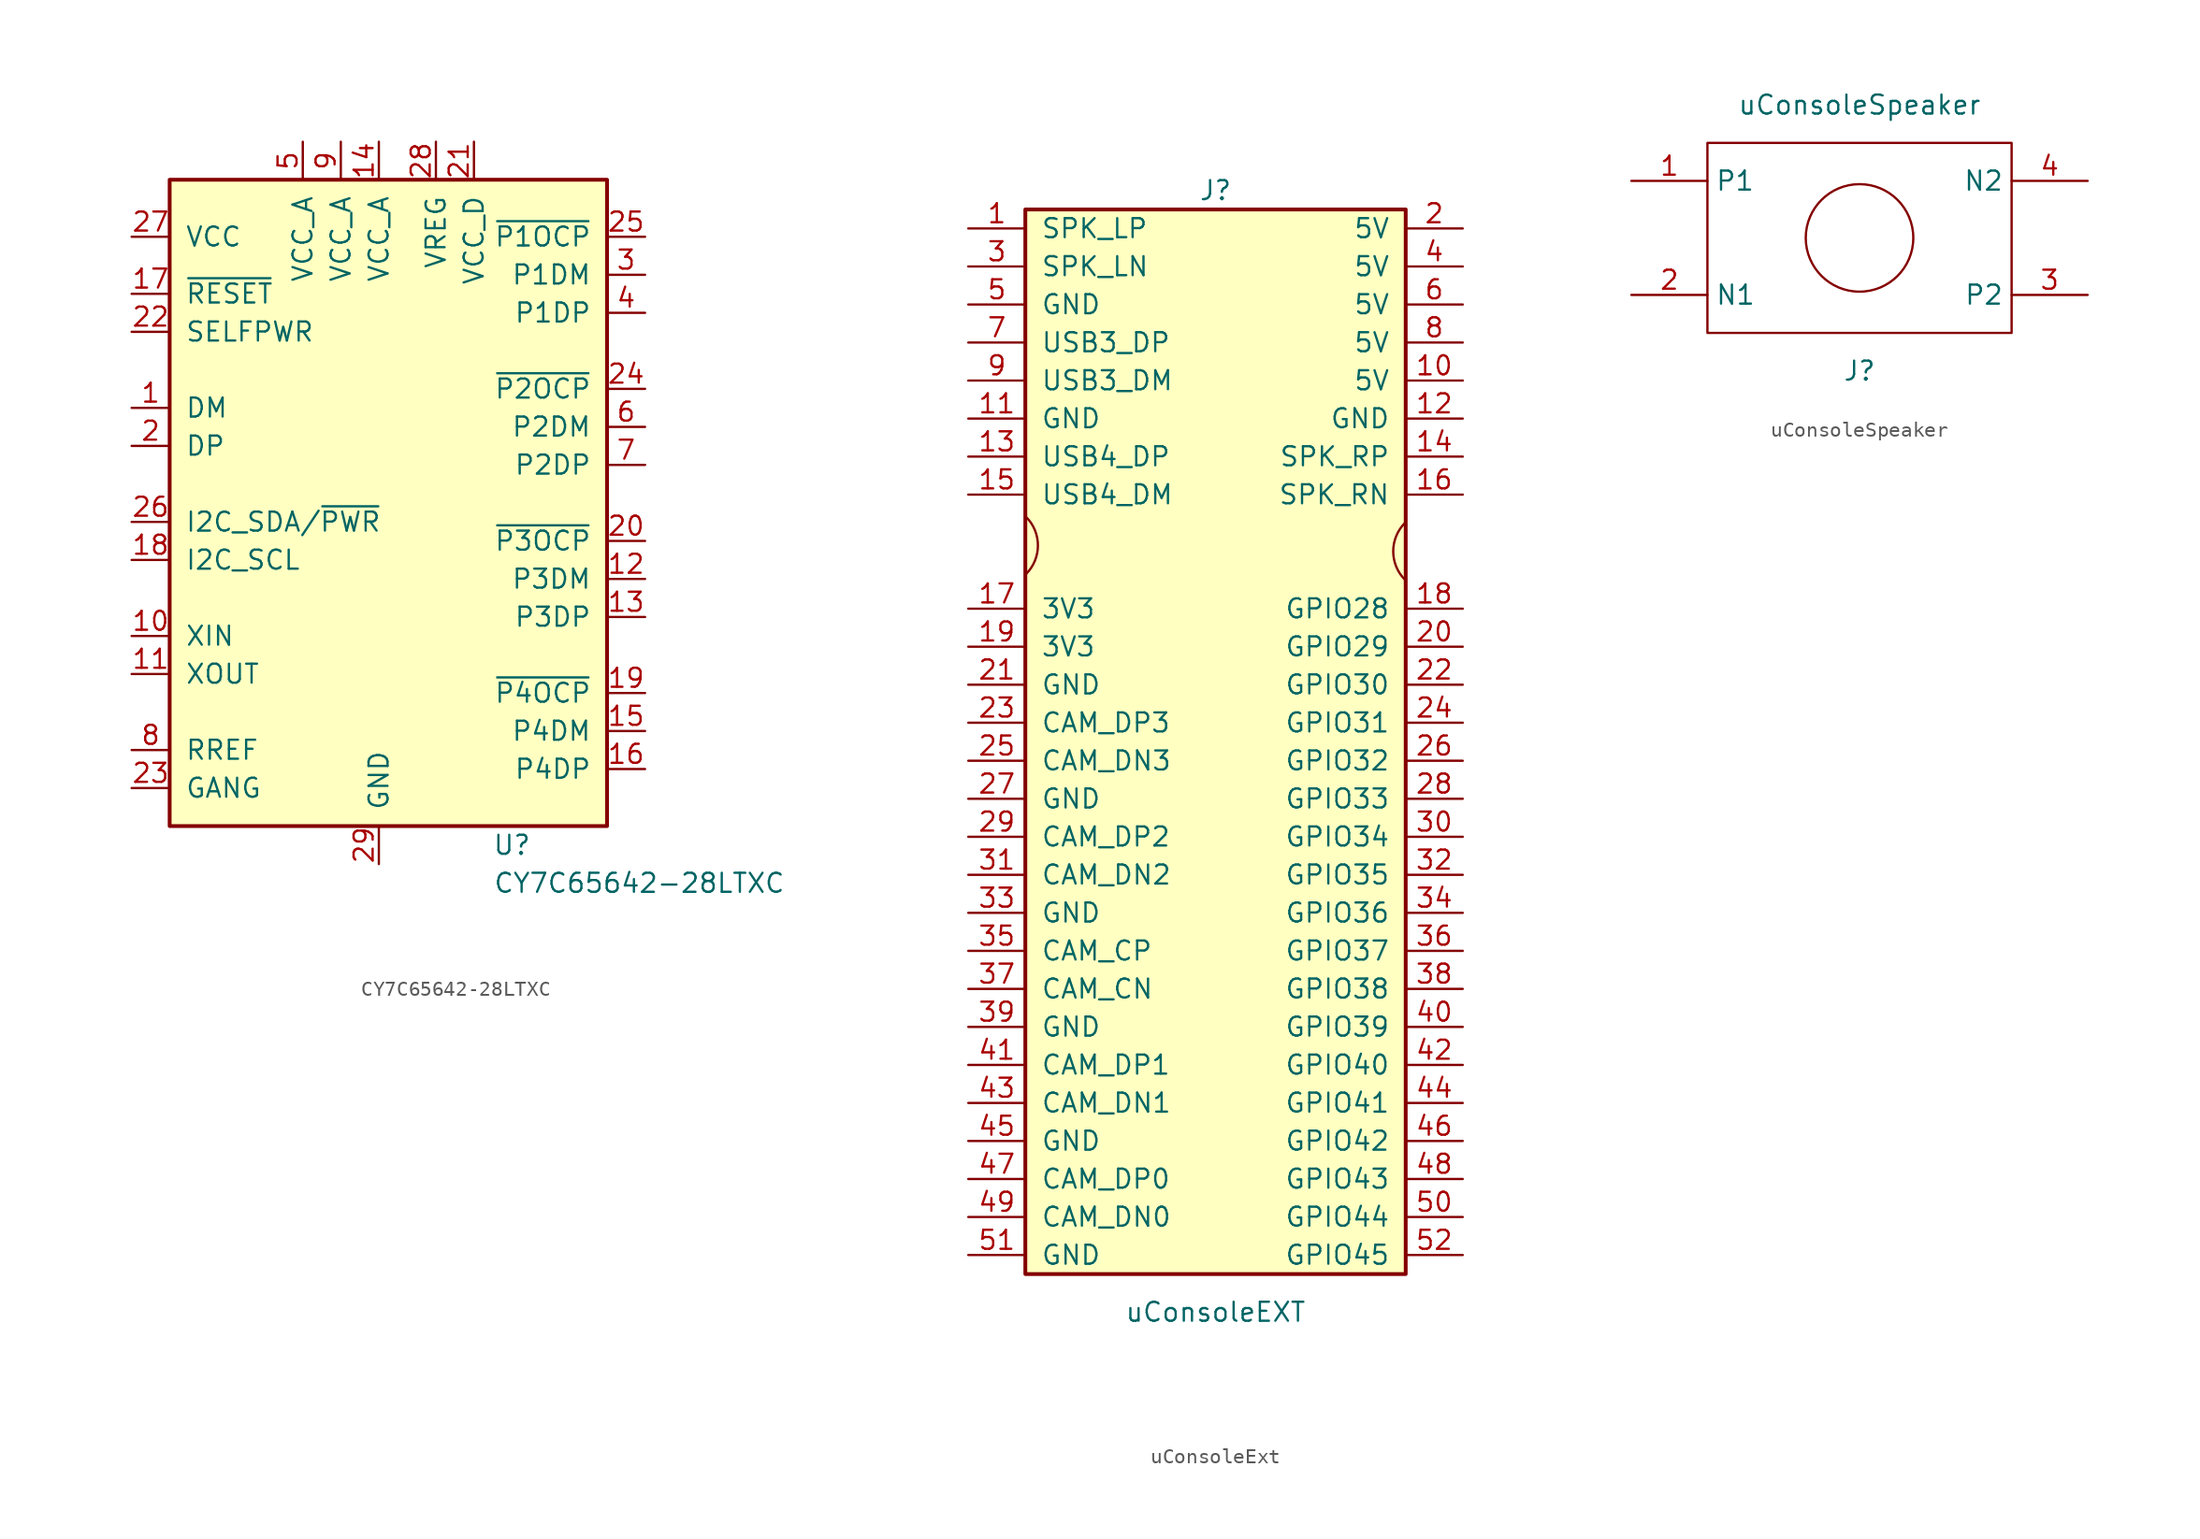
<source format=kicad_sym>
(kicad_symbol_lib
  (version 20220914)
  (generator kicad_symbol_editor)
  (symbol "CY7C65642-28LTXC"
    (pin_names
      (offset 1.016))
    (property "Reference" "U"
      (at 8.89 -26.67 0)
      (effects (font (size 1.27 1.27))))
    (property "Value" "CY7C65642-28LTXC"
      (at 7.62 -29.21 0)
      (effects (font (size 1.27 1.27)) (justify left)))
    (symbol "CY7C65642-28LTXC_0_1"
      (rectangle (start -13.97 17.78) (end 15.24 -25.4) (stroke (width 0.254) (type default)) (fill (type background))))
    (symbol "CY7C65642-28LTXC_1_0"
      (pin input line (at -16.51 -7.62 0) (length 2.54) (name "I2C_SCL" (effects (font (size 1.27 1.27)))) (number "18" (effects (font (size 1.27 1.27))))))
    (symbol "CY7C65642-28LTXC_1_1"
      (pin bidirectional line (at -16.51 2.54 0) (length 2.54) (name "DM" (effects (font (size 1.27 1.27)))) (number "1" (effects (font (size 1.27 1.27)))))
      (pin input line (at -16.51 -12.7 0) (length 2.54) (name "XIN" (effects (font (size 1.27 1.27)))) (number "10" (effects (font (size 1.27 1.27)))))
      (pin output line (at -16.51 -15.24 0) (length 2.54) (name "XOUT" (effects (font (size 1.27 1.27)))) (number "11" (effects (font (size 1.27 1.27)))))
      (pin bidirectional line (at 17.78 -8.89 180) (length 2.54) (name "P3DM" (effects (font (size 1.27 1.27)))) (number "12" (effects (font (size 1.27 1.27)))))
      (pin bidirectional line (at 17.78 -11.43 180) (length 2.54) (name "P3DP" (effects (font (size 1.27 1.27)))) (number "13" (effects (font (size 1.27 1.27)))))
      (pin power_in line (at 0 20.32 270) (length 2.54) (name "VCC_A" (effects (font (size 1.27 1.27)))) (number "14" (effects (font (size 1.27 1.27)))))
      (pin bidirectional line (at 17.78 -19.05 180) (length 2.54) (name "P4DM" (effects (font (size 1.27 1.27)))) (number "15" (effects (font (size 1.27 1.27)))))
      (pin bidirectional line (at 17.78 -21.59 180) (length 2.54) (name "P4DP" (effects (font (size 1.27 1.27)))) (number "16" (effects (font (size 1.27 1.27)))))
      (pin input line (at -16.51 10.16 0) (length 2.54) (name "~{RESET}" (effects (font (size 1.27 1.27)))) (number "17" (effects (font (size 1.27 1.27)))))
      (pin input line (at 17.78 -16.51 180) (length 2.54) (name "~{P4OCP}" (effects (font (size 1.27 1.27)))) (number "19" (effects (font (size 1.27 1.27)))))
      (pin bidirectional line (at -16.51 0 0) (length 2.54) (name "DP" (effects (font (size 1.27 1.27)))) (number "2" (effects (font (size 1.27 1.27)))))
      (pin input line (at 17.78 -6.35 180) (length 2.54) (name "~{P3OCP}" (effects (font (size 1.27 1.27)))) (number "20" (effects (font (size 1.27 1.27)))))
      (pin power_in line (at 6.35 20.32 270) (length 2.54) (name "VCC_D" (effects (font (size 1.27 1.27)))) (number "21" (effects (font (size 1.27 1.27)))))
      (pin input line (at -16.51 7.62 0) (length 2.54) (name "SELFPWR" (effects (font (size 1.27 1.27)))) (number "22" (effects (font (size 1.27 1.27)))))
      (pin bidirectional line (at -16.51 -22.86 0) (length 2.54) (name "GANG" (effects (font (size 1.27 1.27)))) (number "23" (effects (font (size 1.27 1.27)))))
      (pin input line (at 17.78 3.81 180) (length 2.54) (name "~{P2OCP}" (effects (font (size 1.27 1.27)))) (number "24" (effects (font (size 1.27 1.27)))))
      (pin input line (at 17.78 13.97 180) (length 2.54) (name "~{P1OCP}" (effects (font (size 1.27 1.27)))) (number "25" (effects (font (size 1.27 1.27)))))
      (pin bidirectional line (at -16.51 -5.08 0) (length 2.54) (name "I2C_SDA/~{PWR}" (effects (font (size 1.27 1.27)))) (number "26" (effects (font (size 1.27 1.27)))))
      (pin power_in line (at -16.51 13.97 0) (length 2.54) (name "VCC" (effects (font (size 1.27 1.27)))) (number "27" (effects (font (size 1.27 1.27)))))
      (pin power_in line (at 3.81 20.32 270) (length 2.54) (name "VREG" (effects (font (size 1.27 1.27)))) (number "28" (effects (font (size 1.27 1.27)))))
      (pin power_in line (at 0 -27.94 90) (length 2.54) (name "GND" (effects (font (size 1.27 1.27)))) (number "29" (effects (font (size 1.27 1.27)))))
      (pin bidirectional line (at 17.78 11.43 180) (length 2.54) (name "P1DM" (effects (font (size 1.27 1.27)))) (number "3" (effects (font (size 1.27 1.27)))))
      (pin bidirectional line (at 17.78 8.89 180) (length 2.54) (name "P1DP" (effects (font (size 1.27 1.27)))) (number "4" (effects (font (size 1.27 1.27)))))
      (pin power_in line (at -5.08 20.32 270) (length 2.54) (name "VCC_A" (effects (font (size 1.27 1.27)))) (number "5" (effects (font (size 1.27 1.27)))))
      (pin bidirectional line (at 17.78 1.27 180) (length 2.54) (name "P2DM" (effects (font (size 1.27 1.27)))) (number "6" (effects (font (size 1.27 1.27)))))
      (pin bidirectional line (at 17.78 -1.27 180) (length 2.54) (name "P2DP" (effects (font (size 1.27 1.27)))) (number "7" (effects (font (size 1.27 1.27)))))
      (pin bidirectional line (at -16.51 -20.32 0) (length 2.54) (name "RREF" (effects (font (size 1.27 1.27)))) (number "8" (effects (font (size 1.27 1.27)))))
      (pin power_in line (at -2.54 20.32 270) (length 2.54) (name "VCC_A" (effects (font (size 1.27 1.27)))) (number "9" (effects (font (size 1.27 1.27)))))))
  (symbol "uConsoleExt"
    (pin_names
      (offset 1.016))
    (property "Reference" "J"
      (at 1.27 33.02 0)
      (effects (font (size 1.27 1.27))))
    (property "Value" "uConsoleEXT"
      (at 1.27 -41.91 0)
      (effects (font (size 1.27 1.27))))
    (symbol "uConsoleExt_0_1"
      (arc (start -11.3793 7.3977) (mid -10.5902 9.3027) (end -11.3793 11.2077) (stroke (width 0) (type default)) (fill (type none)))
      (arc (start 13.9259 10.8153) (mid 13.1368 8.9103) (end 13.9259 7.0053) (stroke (width 0) (type default)) (fill (type none))))
    (symbol "uConsoleExt_1_1"
      (rectangle (start -11.43 31.75) (end 13.97 -39.37) (stroke (width 0.254) (type default)) (fill (type background)))
      (pin passive line (at -15.24 30.48 0) (length 3.81) (name "SPK_LP" (effects (font (size 1.27 1.27)))) (number "1" (effects (font (size 1.27 1.27)))))
      (pin power_in line (at 17.78 20.32 180) (length 3.81) (name "5V" (effects (font (size 1.27 1.27)))) (number "10" (effects (font (size 1.27 1.27)))))
      (pin passive line (at -15.24 17.78 0) (length 3.81) (name "GND" (effects (font (size 1.27 1.27)))) (number "11" (effects (font (size 1.27 1.27)))))
      (pin power_in line (at 17.78 17.78 180) (length 3.81) (name "GND" (effects (font (size 1.27 1.27)))) (number "12" (effects (font (size 1.27 1.27)))))
      (pin passive line (at -15.24 15.24 0) (length 3.81) (name "USB4_DP" (effects (font (size 1.27 1.27)))) (number "13" (effects (font (size 1.27 1.27)))))
      (pin passive line (at 17.78 15.24 180) (length 3.81) (name "SPK_RP" (effects (font (size 1.27 1.27)))) (number "14" (effects (font (size 1.27 1.27)))))
      (pin passive line (at -15.24 12.7 0) (length 3.81) (name "USB4_DM" (effects (font (size 1.27 1.27)))) (number "15" (effects (font (size 1.27 1.27)))))
      (pin passive line (at 17.78 12.7 180) (length 3.81) (name "SPK_RN" (effects (font (size 1.27 1.27)))) (number "16" (effects (font (size 1.27 1.27)))))
      (pin power_in line (at -15.24 5.08 0) (length 3.81) (name "3V3" (effects (font (size 1.27 1.27)))) (number "17" (effects (font (size 1.27 1.27)))))
      (pin passive line (at 17.78 5.08 180) (length 3.81) (name "GPIO28" (effects (font (size 1.27 1.27)))) (number "18" (effects (font (size 1.27 1.27)))))
      (pin power_in line (at -15.24 2.54 0) (length 3.81) (name "3V3" (effects (font (size 1.27 1.27)))) (number "19" (effects (font (size 1.27 1.27)))))
      (pin power_in line (at 17.78 30.48 180) (length 3.81) (name "5V" (effects (font (size 1.27 1.27)))) (number "2" (effects (font (size 1.27 1.27)))))
      (pin passive line (at 17.78 2.54 180) (length 3.81) (name "GPIO29" (effects (font (size 1.27 1.27)))) (number "20" (effects (font (size 1.27 1.27)))))
      (pin passive line (at -15.24 0 0) (length 3.81) (name "GND" (effects (font (size 1.27 1.27)))) (number "21" (effects (font (size 1.27 1.27)))))
      (pin passive line (at 17.78 0 180) (length 3.81) (name "GPIO30" (effects (font (size 1.27 1.27)))) (number "22" (effects (font (size 1.27 1.27)))))
      (pin passive line (at -15.24 -2.54 0) (length 3.81) (name "CAM_DP3" (effects (font (size 1.27 1.27)))) (number "23" (effects (font (size 1.27 1.27)))))
      (pin passive line (at 17.78 -2.54 180) (length 3.81) (name "GPIO31" (effects (font (size 1.27 1.27)))) (number "24" (effects (font (size 1.27 1.27)))))
      (pin passive line (at -15.24 -5.08 0) (length 3.81) (name "CAM_DN3" (effects (font (size 1.27 1.27)))) (number "25" (effects (font (size 1.27 1.27)))))
      (pin passive line (at 17.78 -5.08 180) (length 3.81) (name "GPIO32" (effects (font (size 1.27 1.27)))) (number "26" (effects (font (size 1.27 1.27)))))
      (pin passive line (at -15.24 -7.62 0) (length 3.81) (name "GND" (effects (font (size 1.27 1.27)))) (number "27" (effects (font (size 1.27 1.27)))))
      (pin passive line (at 17.78 -7.62 180) (length 3.81) (name "GPIO33" (effects (font (size 1.27 1.27)))) (number "28" (effects (font (size 1.27 1.27)))))
      (pin passive line (at -15.24 -10.16 0) (length 3.81) (name "CAM_DP2" (effects (font (size 1.27 1.27)))) (number "29" (effects (font (size 1.27 1.27)))))
      (pin passive line (at -15.24 27.94 0) (length 3.81) (name "SPK_LN" (effects (font (size 1.27 1.27)))) (number "3" (effects (font (size 1.27 1.27)))))
      (pin passive line (at 17.78 -10.16 180) (length 3.81) (name "GPIO34" (effects (font (size 1.27 1.27)))) (number "30" (effects (font (size 1.27 1.27)))))
      (pin passive line (at -15.24 -12.7 0) (length 3.81) (name "CAM_DN2" (effects (font (size 1.27 1.27)))) (number "31" (effects (font (size 1.27 1.27)))))
      (pin passive line (at 17.78 -12.7 180) (length 3.81) (name "GPIO35" (effects (font (size 1.27 1.27)))) (number "32" (effects (font (size 1.27 1.27)))))
      (pin passive line (at -15.24 -15.24 0) (length 3.81) (name "GND" (effects (font (size 1.27 1.27)))) (number "33" (effects (font (size 1.27 1.27)))))
      (pin passive line (at 17.78 -15.24 180) (length 3.81) (name "GPIO36" (effects (font (size 1.27 1.27)))) (number "34" (effects (font (size 1.27 1.27)))))
      (pin passive line (at -15.24 -17.78 0) (length 3.81) (name "CAM_CP" (effects (font (size 1.27 1.27)))) (number "35" (effects (font (size 1.27 1.27)))))
      (pin passive line (at 17.78 -17.78 180) (length 3.81) (name "GPIO37" (effects (font (size 1.27 1.27)))) (number "36" (effects (font (size 1.27 1.27)))))
      (pin passive line (at -15.24 -20.32 0) (length 3.81) (name "CAM_CN" (effects (font (size 1.27 1.27)))) (number "37" (effects (font (size 1.27 1.27)))))
      (pin passive line (at 17.78 -20.32 180) (length 3.81) (name "GPIO38" (effects (font (size 1.27 1.27)))) (number "38" (effects (font (size 1.27 1.27)))))
      (pin passive line (at -15.24 -22.86 0) (length 3.81) (name "GND" (effects (font (size 1.27 1.27)))) (number "39" (effects (font (size 1.27 1.27)))))
      (pin power_in line (at 17.78 27.94 180) (length 3.81) (name "5V" (effects (font (size 1.27 1.27)))) (number "4" (effects (font (size 1.27 1.27)))))
      (pin passive line (at 17.78 -22.86 180) (length 3.81) (name "GPIO39" (effects (font (size 1.27 1.27)))) (number "40" (effects (font (size 1.27 1.27)))))
      (pin passive line (at -15.24 -25.4 0) (length 3.81) (name "CAM_DP1" (effects (font (size 1.27 1.27)))) (number "41" (effects (font (size 1.27 1.27)))))
      (pin passive line (at 17.78 -25.4 180) (length 3.81) (name "GPIO40" (effects (font (size 1.27 1.27)))) (number "42" (effects (font (size 1.27 1.27)))))
      (pin passive line (at -15.24 -27.94 0) (length 3.81) (name "CAM_DN1" (effects (font (size 1.27 1.27)))) (number "43" (effects (font (size 1.27 1.27)))))
      (pin passive line (at 17.78 -27.94 180) (length 3.81) (name "GPIO41" (effects (font (size 1.27 1.27)))) (number "44" (effects (font (size 1.27 1.27)))))
      (pin passive line (at -15.24 -30.48 0) (length 3.81) (name "GND" (effects (font (size 1.27 1.27)))) (number "45" (effects (font (size 1.27 1.27)))))
      (pin passive line (at 17.78 -30.48 180) (length 3.81) (name "GPIO42" (effects (font (size 1.27 1.27)))) (number "46" (effects (font (size 1.27 1.27)))))
      (pin passive line (at -15.24 -33.02 0) (length 3.81) (name "CAM_DP0" (effects (font (size 1.27 1.27)))) (number "47" (effects (font (size 1.27 1.27)))))
      (pin passive line (at 17.78 -33.02 180) (length 3.81) (name "GPIO43" (effects (font (size 1.27 1.27)))) (number "48" (effects (font (size 1.27 1.27)))))
      (pin passive line (at -15.24 -35.56 0) (length 3.81) (name "CAM_DN0" (effects (font (size 1.27 1.27)))) (number "49" (effects (font (size 1.27 1.27)))))
      (pin passive line (at -15.24 25.4 0) (length 3.81) (name "GND" (effects (font (size 1.27 1.27)))) (number "5" (effects (font (size 1.27 1.27)))))
      (pin passive line (at 17.78 -35.56 180) (length 3.81) (name "GPIO44" (effects (font (size 1.27 1.27)))) (number "50" (effects (font (size 1.27 1.27)))))
      (pin passive line (at -15.24 -38.1 0) (length 3.81) (name "GND" (effects (font (size 1.27 1.27)))) (number "51" (effects (font (size 1.27 1.27)))))
      (pin passive line (at 17.78 -38.1 180) (length 3.81) (name "GPIO45" (effects (font (size 1.27 1.27)))) (number "52" (effects (font (size 1.27 1.27)))))
      (pin power_in line (at 17.78 25.4 180) (length 3.81) (name "5V" (effects (font (size 1.27 1.27)))) (number "6" (effects (font (size 1.27 1.27)))))
      (pin passive line (at -15.24 22.86 0) (length 3.81) (name "USB3_DP" (effects (font (size 1.27 1.27)))) (number "7" (effects (font (size 1.27 1.27)))))
      (pin power_in line (at 17.78 22.86 180) (length 3.81) (name "5V" (effects (font (size 1.27 1.27)))) (number "8" (effects (font (size 1.27 1.27)))))
      (pin passive line (at -15.24 20.32 0) (length 3.81) (name "USB3_DM" (effects (font (size 1.27 1.27)))) (number "9" (effects (font (size 1.27 1.27)))))))
  (symbol "uConsoleSpeaker"
    (property "Reference" "J"
      (at 0 -16.51 0)
      (effects (font (size 1.27 1.27))))
    (property "Value" "uConsoleSpeaker"
      (at 0 1.27 0)
      (effects (font (size 1.27 1.27))))
    (symbol "uConsoleSpeaker_0_1"
      (rectangle (start -10.16 -1.27) (end 10.16 -13.97) (stroke (width 0) (type default)) (fill (type none)))
      (circle (center 0 -7.62) (radius 3.592) (stroke (width 0) (type default)) (fill (type none))))
    (symbol "uConsoleSpeaker_1_1"
      (pin bidirectional line (at -15.24 -3.81 0) (length 5.08) (name "P1" (effects (font (size 1.27 1.27)))) (number "1" (effects (font (size 1.27 1.27)))))
      (pin bidirectional line (at -15.24 -11.43 0) (length 5.08) (name "N1" (effects (font (size 1.27 1.27)))) (number "2" (effects (font (size 1.27 1.27)))))
      (pin bidirectional line (at 15.24 -11.43 180) (length 5.08) (name "P2" (effects (font (size 1.27 1.27)))) (number "3" (effects (font (size 1.27 1.27)))))
      (pin bidirectional line (at 15.24 -3.81 180) (length 5.08) (name "N2" (effects (font (size 1.27 1.27)))) (number "4" (effects (font (size 1.27 1.27))))))))
</source>
